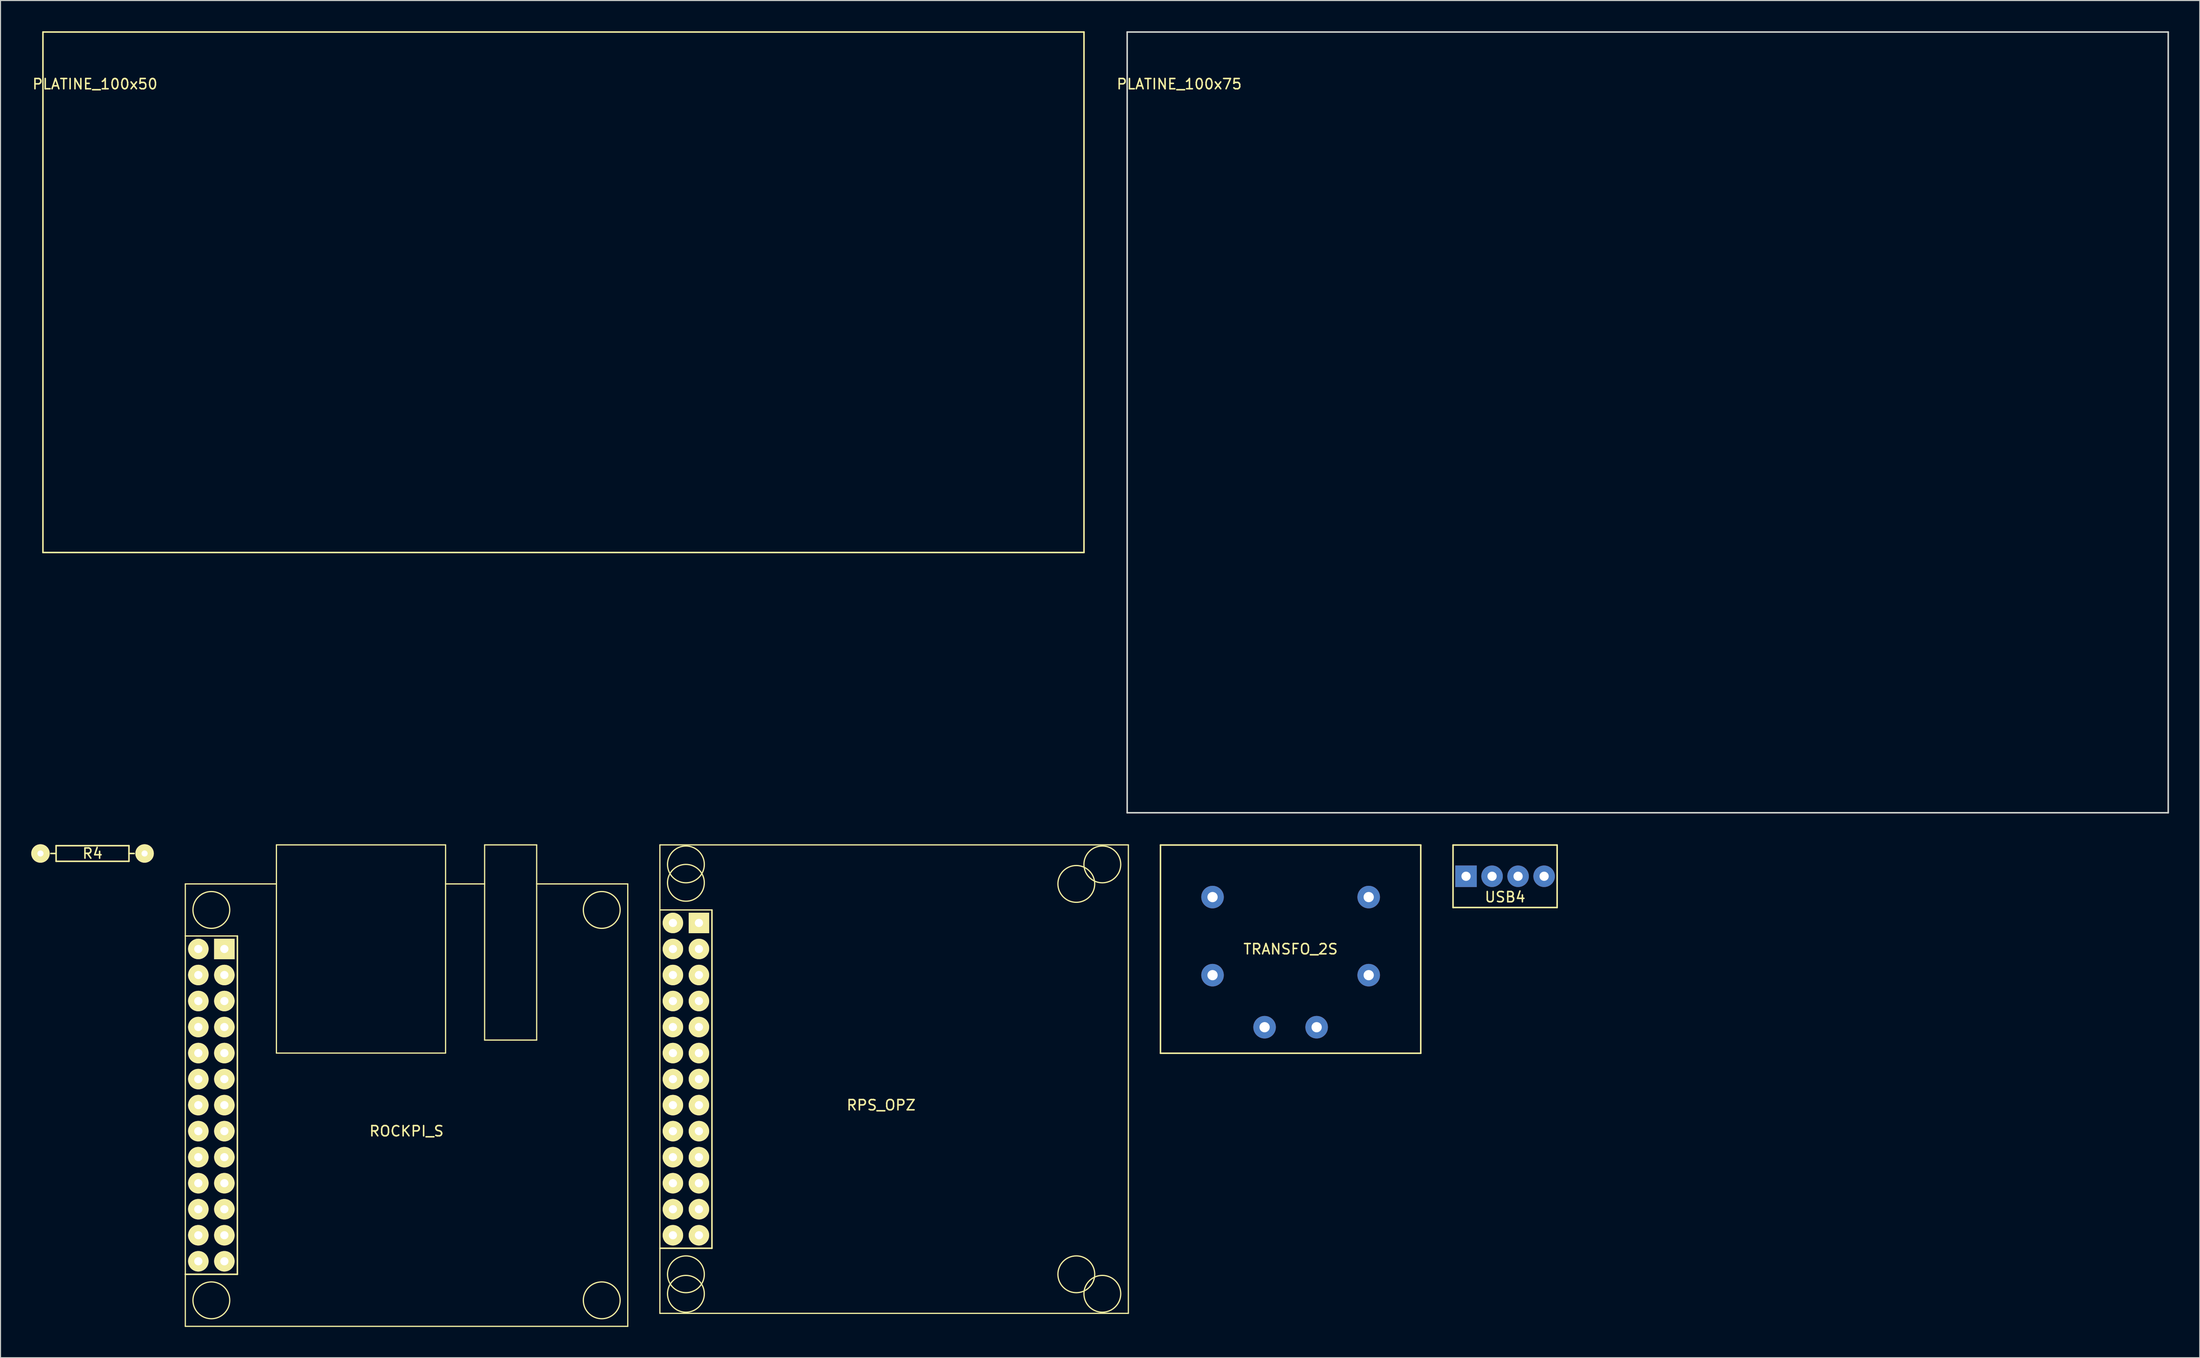
<source format=kicad_pcb>
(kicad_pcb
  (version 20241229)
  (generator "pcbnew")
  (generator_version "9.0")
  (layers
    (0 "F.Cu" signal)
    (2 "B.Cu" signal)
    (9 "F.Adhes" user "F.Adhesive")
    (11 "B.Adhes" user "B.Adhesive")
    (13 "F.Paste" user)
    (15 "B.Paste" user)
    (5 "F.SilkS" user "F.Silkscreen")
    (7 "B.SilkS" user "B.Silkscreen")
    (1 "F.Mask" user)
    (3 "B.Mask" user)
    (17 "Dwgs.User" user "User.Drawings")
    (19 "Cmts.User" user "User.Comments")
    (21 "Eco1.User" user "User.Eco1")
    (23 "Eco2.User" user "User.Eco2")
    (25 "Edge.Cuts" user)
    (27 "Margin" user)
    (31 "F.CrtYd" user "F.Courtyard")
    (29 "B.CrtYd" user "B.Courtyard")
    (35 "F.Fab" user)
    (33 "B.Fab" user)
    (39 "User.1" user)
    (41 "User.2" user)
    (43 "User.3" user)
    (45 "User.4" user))
  (footprint "PLATINE_100x75"
    (layer "F.Cu")
    (at 157.755 38.175)
    (property "Reference" "PLATINE_100x75" (at -45.72 -33.02 0) (layer "F.SilkS") (effects (font (size 1 1) (thickness 0.15))))
    (attr through_hole)
    (fp_line (start -50.8 -38.1) (end 50.8 -38.1) (stroke (width 0.15) (type solid)) (layer "Edge.Cuts"))
    (fp_line (start -50.8 38.1) (end -50.8 -38.1) (stroke (width 0.15) (type solid)) (layer "Edge.Cuts"))
    (fp_line (start 50.8 -38.1) (end 50.8 38.1) (stroke (width 0.15) (type solid)) (layer "Edge.Cuts"))
    (fp_line (start 50.8 38.1) (end -50.8 38.1) (stroke (width 0.15) (type solid)) (layer "Edge.Cuts")))
  (footprint "TRANSFO_2S"
    (layer "F.Cu")
    (at 122.906 89.585)
    (property "Reference" "TRANSFO_2S" (at 0 0 0) (layer "F.SilkS") (effects (font (size 1 1) (thickness 0.15))))
    (attr through_hole)
    (fp_line (start -12.7 -10.16) (end 12.7 -10.16) (stroke (width 0.15) (type solid)) (layer "F.SilkS"))
    (fp_line (start -12.7 10.16) (end -12.7 -10.16) (stroke (width 0.15) (type solid)) (layer "F.SilkS"))
    (fp_line (start 12.7 -10.16) (end 12.7 10.16) (stroke (width 0.15) (type solid)) (layer "F.SilkS"))
    (fp_line (start 12.7 10.16) (end -12.7 10.16) (stroke (width 0.15) (type solid)) (layer "F.SilkS"))
    (pad "1" thru_hole circle (at -2.54 7.62) (size 2.2 2.2) (drill 1) (layers "*.Cu" "*.Mask"))
    (pad "2" thru_hole circle (at 2.54 7.62) (size 2.2 2.2) (drill 1) (layers "*.Cu" "*.Mask"))
    (pad "3" thru_hole circle (at -7.62 -5.08) (size 2.2 2.2) (drill 1) (layers "*.Cu" "*.Mask"))
    (pad "4" thru_hole circle (at -7.62 2.54) (size 2.2 2.2) (drill 1) (layers "*.Cu" "*.Mask"))
    (pad "5" thru_hole circle (at 7.62 2.54) (size 2.2 2.2) (drill 1) (layers "*.Cu" "*.Mask"))
    (pad "6" thru_hole circle (at 7.62 -5.08) (size 2.2 2.2) (drill 1) (layers "*.Cu" "*.Mask")))
  (footprint "R4"
    (layer "F.Cu")
    (at 5.98 80.25)
    (property "Reference" "R4" (at 0 0 0) (layer "F.SilkS") (effects (font (size 1 1) (thickness 0.15))))
    (attr through_hole)
    (fp_line (start -3.556 -0.762) (end -3.556 0.762) (stroke (width 0.15) (type solid)) (layer "F.SilkS"))
    (fp_line (start -3.556 -0.762) (end 3.556 -0.762) (stroke (width 0.15) (type solid)) (layer "F.SilkS"))
    (fp_line (start -3.556 0) (end -4.064 0) (stroke (width 0.15) (type solid)) (layer "F.SilkS"))
    (fp_line (start -3.556 0.762) (end 3.556 0.762) (stroke (width 0.15) (type solid)) (layer "F.SilkS"))
    (fp_line (start 3.556 -0.762) (end 3.556 0.762) (stroke (width 0.15) (type solid)) (layer "F.SilkS"))
    (fp_line (start 3.556 0) (end 4.064 0) (stroke (width 0.15) (type solid)) (layer "F.SilkS"))
    (pad "1" thru_hole circle (at -5.08 0) (size 1.801 1.801) (drill 0.599) (layers "*.Cu" "*.Mask" "F.SilkS"))
    (pad "2" thru_hole circle (at 5.08 0) (size 1.801 1.801) (drill 0.599) (layers "*.Cu" "*.Mask" "F.SilkS")))
  (footprint "RPS_OPZ"
    (layer "F.Cu")
    (at 82.941 102.27)
    (property "Reference" "RPS_OPZ" (at 0 2.54 0) (layer "F.SilkS") (effects (font (size 1 1) (thickness 0.15))))
    (attr through_hole)
    (fp_line (start -21.59 -22.86) (end -21.59 -16.51) (stroke (width 0.12) (type solid)) (layer "F.SilkS"))
    (fp_line (start -21.59 -22.86) (end 24.13 -22.86) (stroke (width 0.12) (type solid)) (layer "F.SilkS"))
    (fp_line (start -21.59 -16.51) (end -21.59 16.51) (stroke (width 0.12) (type solid)) (layer "F.SilkS"))
    (fp_line (start -21.59 16.51) (end -21.59 22.86) (stroke (width 0.12) (type solid)) (layer "F.SilkS"))
    (fp_line (start -21.59 22.86) (end 24.13 22.86) (stroke (width 0.12) (type solid)) (layer "F.SilkS"))
    (fp_line (start -16.51 -16.51) (end -21.59 -16.51) (stroke (width 0.12) (type solid)) (layer "F.SilkS"))
    (fp_line (start -16.51 -16.51) (end -16.51 16.51) (stroke (width 0.15) (type solid)) (layer "F.SilkS"))
    (fp_line (start -16.51 16.51) (end -21.59 16.51) (stroke (width 0.15) (type solid)) (layer "F.SilkS"))
    (fp_line (start 24.13 -22.86) (end 24.13 22.86) (stroke (width 0.12) (type solid)) (layer "F.SilkS"))
    (fp_circle (center -19.05 -20.955) (end -17.78 -19.685) (stroke (width 0.12) (type solid)) (fill no) (layer "F.SilkS"))
    (fp_circle (center -19.05 -19.159) (end -17.78 -17.889) (stroke (width 0.12) (type solid)) (fill no) (layer "F.SilkS"))
    (fp_circle (center -19.05 19.05) (end -17.78 20.32) (stroke (width 0.12) (type solid)) (fill no) (layer "F.SilkS"))
    (fp_circle (center -19.05 20.955) (end -17.78 22.225) (stroke (width 0.12) (type solid)) (fill no) (layer "F.SilkS"))
    (fp_circle (center 19.05 -19.05) (end 20.32 -17.78) (stroke (width 0.12) (type solid)) (fill no) (layer "F.SilkS"))
    (fp_circle (center 19.05 19.05) (end 20.32 20.32) (stroke (width 0.12) (type solid)) (fill no) (layer "F.SilkS"))
    (fp_circle (center 21.59 -20.955) (end 22.86 -19.685) (stroke (width 0.12) (type solid)) (fill no) (layer "F.SilkS"))
    (fp_circle (center 21.59 20.955) (end 20.32 22.225) (stroke (width 0.12) (type solid)) (fill no) (layer "F.SilkS"))
    (pad "1" thru_hole rect (at -17.78 -15.24 270) (size 2 2) (drill 0.8) (layers "*.Cu" "*.Mask" "F.SilkS"))
    (pad "2" thru_hole circle (at -20.32 -15.24 270) (size 2 2) (drill 0.8) (layers "*.Cu" "*.Mask" "F.SilkS"))
    (pad "3" thru_hole circle (at -17.78 -12.7 270) (size 2 2) (drill 0.8) (layers "*.Cu" "*.Mask" "F.SilkS"))
    (pad "4" thru_hole circle (at -20.32 -12.7 270) (size 2 2) (drill 0.8) (layers "*.Cu" "*.Mask" "F.SilkS"))
    (pad "5" thru_hole circle (at -17.78 -10.16 270) (size 2 2) (drill 0.8) (layers "*.Cu" "*.Mask" "F.SilkS"))
    (pad "6" thru_hole circle (at -20.32 -10.16 270) (size 2 2) (drill 0.8) (layers "*.Cu" "*.Mask" "F.SilkS"))
    (pad "7" thru_hole circle (at -17.78 -7.62 270) (size 2 2) (drill 0.8) (layers "*.Cu" "*.Mask" "F.SilkS"))
    (pad "8" thru_hole circle (at -20.32 -7.62 270) (size 2 2) (drill 0.8) (layers "*.Cu" "*.Mask" "F.SilkS"))
    (pad "9" thru_hole circle (at -17.78 -5.08 270) (size 2 2) (drill 0.8) (layers "*.Cu" "*.Mask" "F.SilkS"))
    (pad "10" thru_hole circle (at -20.32 -5.08 270) (size 2 2) (drill 0.8) (layers "*.Cu" "*.Mask" "F.SilkS"))
    (pad "11" thru_hole circle (at -17.78 -2.54 270) (size 1.999 1.999) (drill 0.8) (layers "*.Cu" "*.Mask" "F.SilkS"))
    (pad "12" thru_hole circle (at -20.32 -2.54 270) (size 1.999 1.999) (drill 0.8) (layers "*.Cu" "*.Mask" "F.SilkS"))
    (pad "13" thru_hole circle (at -17.78 0 270) (size 1.999 1.999) (drill 0.8) (layers "*.Cu" "*.Mask" "F.SilkS"))
    (pad "14" thru_hole circle (at -20.32 0 270) (size 1.999 1.999) (drill 0.8) (layers "*.Cu" "*.Mask" "F.SilkS"))
    (pad "15" thru_hole circle (at -17.78 2.54 270) (size 1.999 1.999) (drill 0.8) (layers "*.Cu" "*.Mask" "F.SilkS"))
    (pad "16" thru_hole circle (at -20.32 2.54 270) (size 1.999 1.999) (drill 0.8) (layers "*.Cu" "*.Mask" "F.SilkS"))
    (pad "17" thru_hole circle (at -17.78 5.08) (size 1.999 1.999) (drill 0.8) (layers "*.Cu" "*.Mask" "F.SilkS"))
    (pad "18" thru_hole circle (at -20.32 5.08 270) (size 1.999 1.999) (drill 0.8) (layers "*.Cu" "*.Mask" "F.SilkS"))
    (pad "19" thru_hole circle (at -17.78 7.62 270) (size 1.999 1.999) (drill 0.8) (layers "*.Cu" "*.Mask" "F.SilkS"))
    (pad "20" thru_hole circle (at -20.32 7.62 270) (size 1.999 1.999) (drill 0.8) (layers "*.Cu" "*.Mask" "F.SilkS"))
    (pad "21" thru_hole circle (at -17.78 10.16 270) (size 1.999 1.999) (drill 0.8) (layers "*.Cu" "*.Mask" "F.SilkS"))
    (pad "22" thru_hole circle (at -20.32 10.16 270) (size 1.999 1.999) (drill 0.8) (layers "*.Cu" "*.Mask" "F.SilkS"))
    (pad "23" thru_hole circle (at -17.78 12.7 270) (size 1.999 1.999) (drill 0.8) (layers "*.Cu" "*.Mask" "F.SilkS"))
    (pad "24" thru_hole circle (at -20.32 12.7 270) (size 1.999 1.999) (drill 0.8) (layers "*.Cu" "*.Mask" "F.SilkS"))
    (pad "25" thru_hole circle (at -17.78 15.24 270) (size 1.999 1.999) (drill 0.8) (layers "*.Cu" "*.Mask" "F.SilkS"))
    (pad "26" thru_hole circle (at -20.32 15.24 270) (size 1.999 1.999) (drill 0.8) (layers "*.Cu" "*.Mask" "F.SilkS")))
  (footprint "USB4"
    (layer "F.Cu")
    (at 143.836 82.473)
    (property "Reference" "USB4" (at 0 2.032 0) (layer "F.SilkS") (effects (font (size 1 1) (thickness 0.15))))
    (attr through_hole)
    (fp_line (start -5.08 -3.048) (end 5.08 -3.048) (stroke (width 0.15) (type solid)) (layer "F.SilkS"))
    (fp_line (start -5.08 3.048) (end -5.08 -3.048) (stroke (width 0.15) (type solid)) (layer "F.SilkS"))
    (fp_line (start 5.08 -3.048) (end 5.08 3.048) (stroke (width 0.15) (type solid)) (layer "F.SilkS"))
    (fp_line (start 5.08 3.048) (end -5.08 3.048) (stroke (width 0.15) (type solid)) (layer "F.SilkS"))
    (pad "1" thru_hole rect (at -3.81 0) (size 2.1 2.1) (drill 0.9) (layers "*.Cu" "*.Mask"))
    (pad "2" thru_hole circle (at -1.27 0) (size 2.1 2.1) (drill 0.9) (layers "*.Cu" "*.Mask"))
    (pad "3" thru_hole circle (at 1.27 0) (size 2.1 2.1) (drill 0.9) (layers "*.Cu" "*.Mask"))
    (pad "4" thru_hole circle (at 3.81 0) (size 2.1 2.1) (drill 0.9) (layers "*.Cu" "*.Mask")))
  (footprint "ROCKPI_S"
    (layer "F.Cu")
    (at 36.626 104.81)
    (property "Reference" "ROCKPI_S" (at 0 2.54 0) (layer "F.SilkS") (effects (font (size 1 1) (thickness 0.15))))
    (attr through_hole)
    (fp_line (start -21.59 -21.59) (end -21.59 -16.51) (stroke (width 0.12) (type solid)) (layer "F.SilkS"))
    (fp_line (start -21.59 -21.59) (end -12.7 -21.59) (stroke (width 0.12) (type solid)) (layer "F.SilkS"))
    (fp_line (start -21.59 -16.51) (end -21.59 16.51) (stroke (width 0.12) (type solid)) (layer "F.SilkS"))
    (fp_line (start -21.59 16.51) (end -21.59 21.59) (stroke (width 0.12) (type solid)) (layer "F.SilkS"))
    (fp_line (start -21.59 21.59) (end 21.59 21.59) (stroke (width 0.12) (type solid)) (layer "F.SilkS"))
    (fp_line (start -16.51 -16.51) (end -21.59 -16.51) (stroke (width 0.12) (type solid)) (layer "F.SilkS"))
    (fp_line (start -16.51 -16.51) (end -16.51 16.51) (stroke (width 0.15) (type solid)) (layer "F.SilkS"))
    (fp_line (start -16.51 16.51) (end -21.59 16.51) (stroke (width 0.15) (type solid)) (layer "F.SilkS"))
    (fp_line (start -12.7 -25.4) (end 3.81 -25.4) (stroke (width 0.12) (type solid)) (layer "F.SilkS"))
    (fp_line (start -12.7 -5.08) (end -12.7 -25.4) (stroke (width 0.12) (type solid)) (layer "F.SilkS"))
    (fp_line (start 3.81 -25.4) (end 3.81 -5.08) (stroke (width 0.12) (type solid)) (layer "F.SilkS"))
    (fp_line (start 3.81 -5.08) (end -12.7 -5.08) (stroke (width 0.12) (type solid)) (layer "F.SilkS"))
    (fp_line (start 7.62 -25.4) (end 12.7 -25.4) (stroke (width 0.12) (type solid)) (layer "F.SilkS"))
    (fp_line (start 7.62 -21.59) (end 3.81 -21.59) (stroke (width 0.12) (type solid)) (layer "F.SilkS"))
    (fp_line (start 7.62 -6.35) (end 7.62 -25.4) (stroke (width 0.12) (type solid)) (layer "F.SilkS"))
    (fp_line (start 12.7 -25.4) (end 12.7 -6.35) (stroke (width 0.12) (type solid)) (layer "F.SilkS"))
    (fp_line (start 12.7 -21.59) (end 21.59 -21.59) (stroke (width 0.12) (type solid)) (layer "F.SilkS"))
    (fp_line (start 12.7 -6.35) (end 7.62 -6.35) (stroke (width 0.12) (type solid)) (layer "F.SilkS"))
    (fp_line (start 21.59 -21.59) (end 21.59 21.59) (stroke (width 0.12) (type solid)) (layer "F.SilkS"))
    (fp_circle (center -19.05 -19.05) (end -17.78 -17.78) (stroke (width 0.12) (type solid)) (fill no) (layer "F.SilkS"))
    (fp_circle (center -19.05 19.05) (end -17.78 20.32) (stroke (width 0.12) (type solid)) (fill no) (layer "F.SilkS"))
    (fp_circle (center 19.05 -19.05) (end 20.32 -17.78) (stroke (width 0.12) (type solid)) (fill no) (layer "F.SilkS"))
    (fp_circle (center 19.05 19.05) (end 17.78 20.32) (stroke (width 0.12) (type solid)) (fill no) (layer "F.SilkS"))
    (pad "1" thru_hole rect (at -17.78 -15.24 270) (size 2 2) (drill 0.8) (layers "*.Cu" "*.Mask" "F.SilkS"))
    (pad "2" thru_hole circle (at -20.32 -15.24 270) (size 2 2) (drill 0.8) (layers "*.Cu" "*.Mask" "F.SilkS"))
    (pad "3" thru_hole circle (at -17.78 -12.7 270) (size 2 2) (drill 0.8) (layers "*.Cu" "*.Mask" "F.SilkS"))
    (pad "4" thru_hole circle (at -20.32 -12.7 270) (size 2 2) (drill 0.8) (layers "*.Cu" "*.Mask" "F.SilkS"))
    (pad "5" thru_hole circle (at -17.78 -10.16 270) (size 2 2) (drill 0.8) (layers "*.Cu" "*.Mask" "F.SilkS"))
    (pad "6" thru_hole circle (at -20.32 -10.16 270) (size 2 2) (drill 0.8) (layers "*.Cu" "*.Mask" "F.SilkS"))
    (pad "7" thru_hole circle (at -17.78 -7.62 270) (size 2 2) (drill 0.8) (layers "*.Cu" "*.Mask" "F.SilkS"))
    (pad "8" thru_hole circle (at -20.32 -7.62 270) (size 2 2) (drill 0.8) (layers "*.Cu" "*.Mask" "F.SilkS"))
    (pad "9" thru_hole circle (at -17.78 -5.08 270) (size 2 2) (drill 0.8) (layers "*.Cu" "*.Mask" "F.SilkS"))
    (pad "10" thru_hole circle (at -20.32 -5.08 270) (size 2 2) (drill 0.8) (layers "*.Cu" "*.Mask" "F.SilkS"))
    (pad "11" thru_hole circle (at -17.78 -2.54 270) (size 1.999 1.999) (drill 0.8) (layers "*.Cu" "*.Mask" "F.SilkS"))
    (pad "12" thru_hole circle (at -20.32 -2.54 270) (size 1.999 1.999) (drill 0.8) (layers "*.Cu" "*.Mask" "F.SilkS"))
    (pad "13" thru_hole circle (at -17.78 0 270) (size 1.999 1.999) (drill 0.8) (layers "*.Cu" "*.Mask" "F.SilkS"))
    (pad "14" thru_hole circle (at -20.32 0 270) (size 1.999 1.999) (drill 0.8) (layers "*.Cu" "*.Mask" "F.SilkS"))
    (pad "15" thru_hole circle (at -17.78 2.54 270) (size 1.999 1.999) (drill 0.8) (layers "*.Cu" "*.Mask" "F.SilkS"))
    (pad "16" thru_hole circle (at -20.32 2.54 270) (size 1.999 1.999) (drill 0.8) (layers "*.Cu" "*.Mask" "F.SilkS"))
    (pad "17" thru_hole circle (at -17.78 5.08) (size 1.999 1.999) (drill 0.8) (layers "*.Cu" "*.Mask" "F.SilkS"))
    (pad "18" thru_hole circle (at -20.32 5.08 270) (size 1.999 1.999) (drill 0.8) (layers "*.Cu" "*.Mask" "F.SilkS"))
    (pad "19" thru_hole circle (at -17.78 7.62 270) (size 1.999 1.999) (drill 0.8) (layers "*.Cu" "*.Mask" "F.SilkS"))
    (pad "20" thru_hole circle (at -20.32 7.62 270) (size 1.999 1.999) (drill 0.8) (layers "*.Cu" "*.Mask" "F.SilkS"))
    (pad "21" thru_hole circle (at -17.78 10.16 270) (size 1.999 1.999) (drill 0.8) (layers "*.Cu" "*.Mask" "F.SilkS"))
    (pad "22" thru_hole circle (at -20.32 10.16 270) (size 1.999 1.999) (drill 0.8) (layers "*.Cu" "*.Mask" "F.SilkS"))
    (pad "23" thru_hole circle (at -17.78 12.7 270) (size 1.999 1.999) (drill 0.8) (layers "*.Cu" "*.Mask" "F.SilkS"))
    (pad "24" thru_hole circle (at -20.32 12.7 270) (size 1.999 1.999) (drill 0.8) (layers "*.Cu" "*.Mask" "F.SilkS"))
    (pad "25" thru_hole circle (at -17.78 15.24 270) (size 1.999 1.999) (drill 0.8) (layers "*.Cu" "*.Mask" "F.SilkS"))
    (pad "26" thru_hole circle (at -20.32 15.24 270) (size 1.999 1.999) (drill 0.8) (layers "*.Cu" "*.Mask" "F.SilkS")))
  (footprint "PLATINE_100x50"
    (layer "F.Cu")
    (at 51.94 25.475)
    (property "Reference" "PLATINE_100x50" (at -45.72 -20.32 0) (layer "F.SilkS") (effects (font (size 1 1) (thickness 0.15))))
    (attr through_hole)
    (fp_line (start -50.8 -25.4) (end -50.8 25.4) (stroke (width 0.15) (type solid)) (layer "F.SilkS"))
    (fp_line (start -50.8 -25.4) (end 50.8 -25.4) (stroke (width 0.15) (type solid)) (layer "F.SilkS"))
    (fp_line (start 50.8 -25.4) (end 50.8 25.4) (stroke (width 0.15) (type solid)) (layer "F.SilkS"))
    (fp_line (start 50.8 25.4) (end -50.8 25.4) (stroke (width 0.15) (type solid)) (layer "F.SilkS")))
  (gr_rect
    (start -3 -3)
    (end 211.63 129.46)
    (stroke (width 0.1) (type default))
    (fill no)
    (layer "Edge.Cuts")))
</source>
